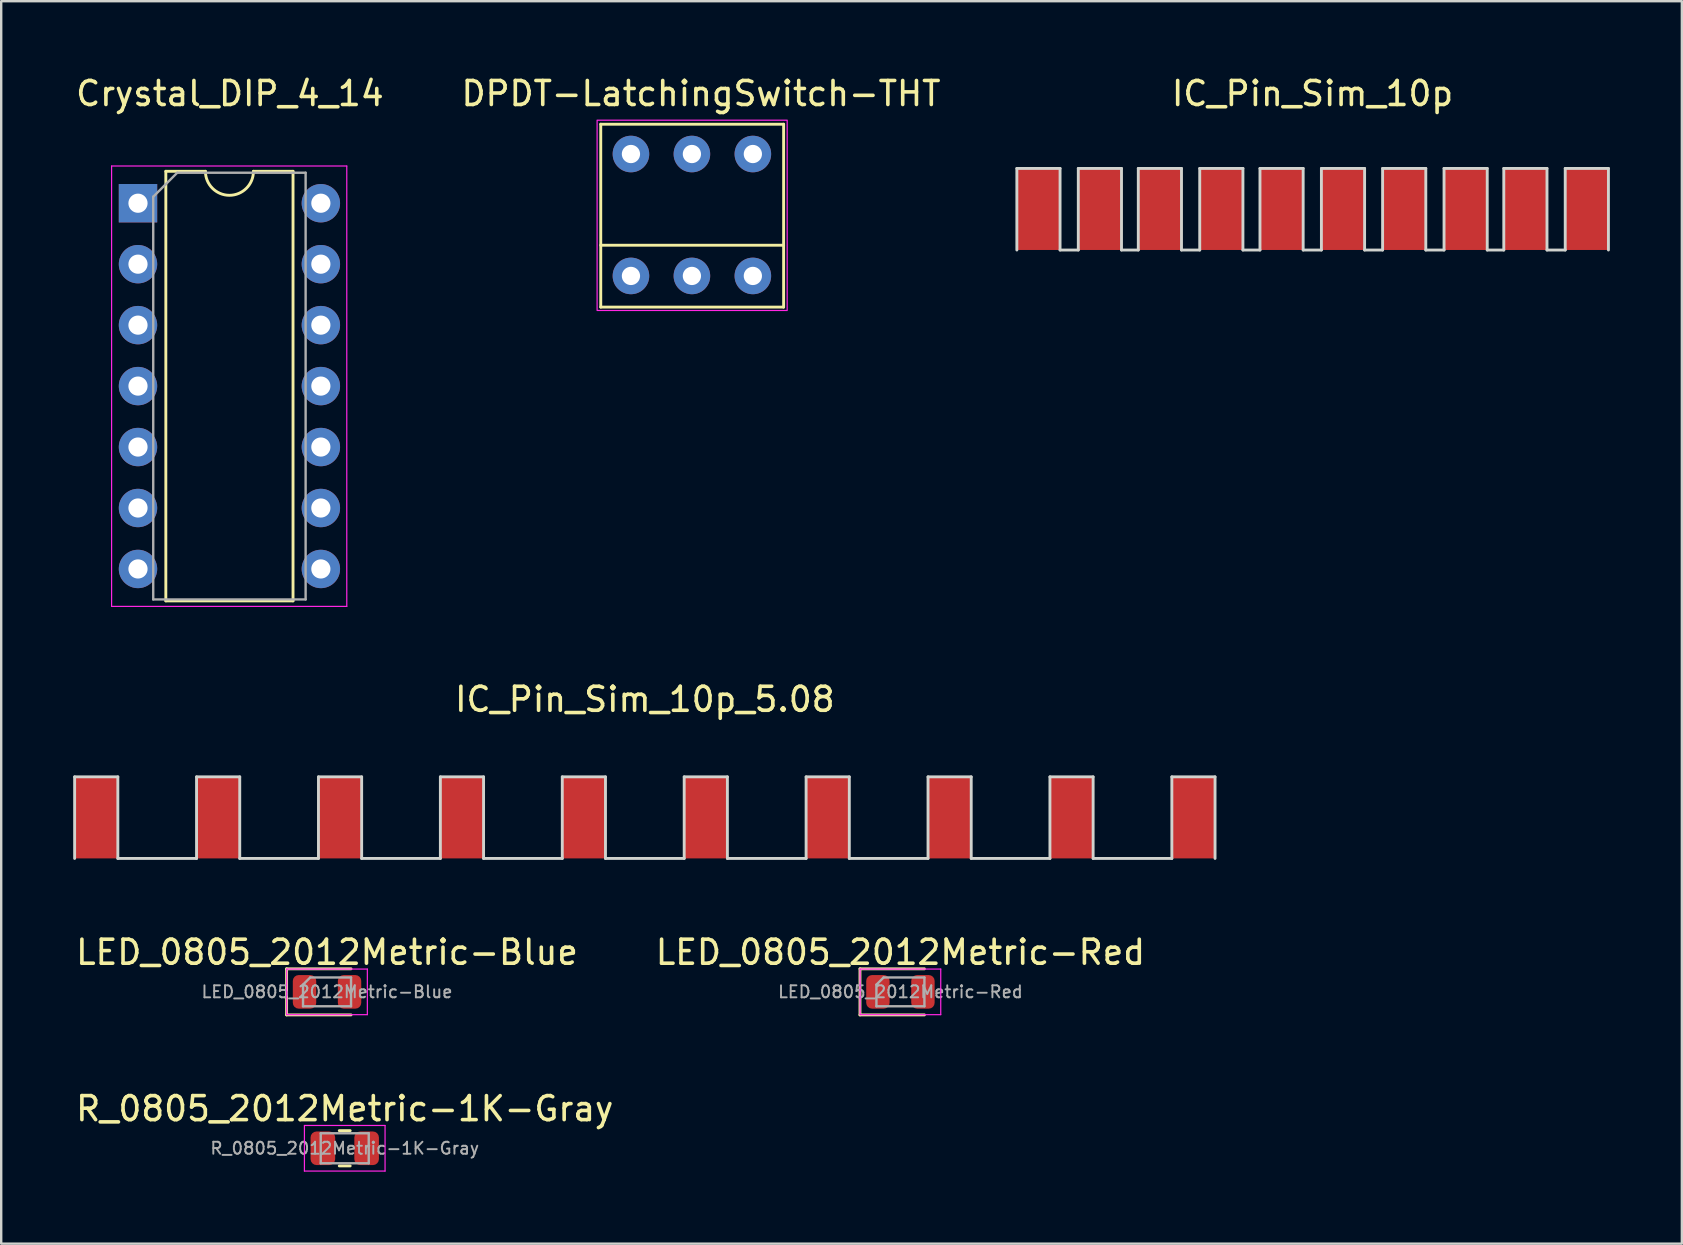
<source format=kicad_pcb>
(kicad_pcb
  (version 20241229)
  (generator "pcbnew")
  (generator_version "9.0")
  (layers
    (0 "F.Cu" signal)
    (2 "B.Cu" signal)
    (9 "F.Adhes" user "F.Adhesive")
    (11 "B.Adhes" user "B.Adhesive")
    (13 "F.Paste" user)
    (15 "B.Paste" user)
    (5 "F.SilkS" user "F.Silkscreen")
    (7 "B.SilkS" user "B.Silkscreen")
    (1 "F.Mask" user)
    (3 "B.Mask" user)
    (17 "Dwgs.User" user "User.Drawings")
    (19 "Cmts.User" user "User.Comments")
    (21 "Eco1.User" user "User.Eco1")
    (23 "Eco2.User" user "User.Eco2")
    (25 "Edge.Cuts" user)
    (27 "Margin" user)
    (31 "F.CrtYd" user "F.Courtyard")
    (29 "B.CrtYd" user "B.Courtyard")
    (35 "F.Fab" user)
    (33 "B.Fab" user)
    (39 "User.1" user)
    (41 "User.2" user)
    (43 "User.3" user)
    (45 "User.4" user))
  (footprint "LED_0805_2012Metric-Blue"
    (layer "F.Cu")
    (at 10.577 38.28)
    (property "Reference" "LED_0805_2012Metric-Blue" (at 0 -1.65 0) (layer "F.SilkS") (effects (font (size 1 1) (thickness 0.15))))
    (attr smd)
    (fp_line (start -1.685 -0.96) (end -1.685 0.96) (stroke (width 0.12) (type solid)) (layer "F.SilkS"))
    (fp_line (start -1.685 0.96) (end 1 0.96) (stroke (width 0.12) (type solid)) (layer "F.SilkS"))
    (fp_line (start 1 -0.96) (end -1.685 -0.96) (stroke (width 0.12) (type solid)) (layer "F.SilkS"))
    (fp_line (start -1.68 -0.95) (end 1.68 -0.95) (stroke (width 0.05) (type solid)) (layer "F.CrtYd"))
    (fp_line (start -1.68 0.95) (end -1.68 -0.95) (stroke (width 0.05) (type solid)) (layer "F.CrtYd"))
    (fp_line (start 1.68 -0.95) (end 1.68 0.95) (stroke (width 0.05) (type solid)) (layer "F.CrtYd"))
    (fp_line (start 1.68 0.95) (end -1.68 0.95) (stroke (width 0.05) (type solid)) (layer "F.CrtYd"))
    (fp_line (start -1 -0.3) (end -1 0.6) (stroke (width 0.1) (type solid)) (layer "F.Fab"))
    (fp_line (start -1 0.6) (end 1 0.6) (stroke (width 0.1) (type solid)) (layer "F.Fab"))
    (fp_line (start -0.7 -0.6) (end -1 -0.3) (stroke (width 0.1) (type solid)) (layer "F.Fab"))
    (fp_line (start 1 -0.6) (end -0.7 -0.6) (stroke (width 0.1) (type solid)) (layer "F.Fab"))
    (fp_line (start 1 0.6) (end 1 -0.6) (stroke (width 0.1) (type solid)) (layer "F.Fab"))
    (fp_text user "${REFERENCE}" (at 0 0 0) (layer "F.Fab") (effects (font (size 0.5 0.5) (thickness 0.08))))
    (pad "1" smd roundrect (at -0.938 0) (size 0.975 1.4) (layers "F.Cu" "F.Mask" "F.Paste") (roundrect_rratio 0.25))
    (pad "2" smd roundrect (at 0.938 0) (size 0.975 1.4) (layers "F.Cu" "F.Mask" "F.Paste") (roundrect_rratio 0.25)))
  (footprint "LED_0805_2012Metric-Red"
    (layer "F.Cu")
    (at 34.47 38.28)
    (property "Reference" "LED_0805_2012Metric-Red" (at 0 -1.65 0) (layer "F.SilkS") (effects (font (size 1 1) (thickness 0.15))))
    (attr smd)
    (fp_line (start -1.685 -0.96) (end -1.685 0.96) (stroke (width 0.12) (type solid)) (layer "F.SilkS"))
    (fp_line (start -1.685 0.96) (end 1 0.96) (stroke (width 0.12) (type solid)) (layer "F.SilkS"))
    (fp_line (start 1 -0.96) (end -1.685 -0.96) (stroke (width 0.12) (type solid)) (layer "F.SilkS"))
    (fp_line (start -1.68 -0.95) (end 1.68 -0.95) (stroke (width 0.05) (type solid)) (layer "F.CrtYd"))
    (fp_line (start -1.68 0.95) (end -1.68 -0.95) (stroke (width 0.05) (type solid)) (layer "F.CrtYd"))
    (fp_line (start 1.68 -0.95) (end 1.68 0.95) (stroke (width 0.05) (type solid)) (layer "F.CrtYd"))
    (fp_line (start 1.68 0.95) (end -1.68 0.95) (stroke (width 0.05) (type solid)) (layer "F.CrtYd"))
    (fp_line (start -1 -0.3) (end -1 0.6) (stroke (width 0.1) (type solid)) (layer "F.Fab"))
    (fp_line (start -1 0.6) (end 1 0.6) (stroke (width 0.1) (type solid)) (layer "F.Fab"))
    (fp_line (start -0.7 -0.6) (end -1 -0.3) (stroke (width 0.1) (type solid)) (layer "F.Fab"))
    (fp_line (start 1 -0.6) (end -0.7 -0.6) (stroke (width 0.1) (type solid)) (layer "F.Fab"))
    (fp_line (start 1 0.6) (end 1 -0.6) (stroke (width 0.1) (type solid)) (layer "F.Fab"))
    (fp_text user "${REFERENCE}" (at 0 0 0) (layer "F.Fab") (effects (font (size 0.5 0.5) (thickness 0.08))))
    (pad "1" smd roundrect (at -0.938 0) (size 0.975 1.4) (layers "F.Cu" "F.Mask" "F.Paste") (roundrect_rratio 0.25))
    (pad "2" smd roundrect (at 0.938 0) (size 0.975 1.4) (layers "F.Cu" "F.Mask" "F.Paste") (roundrect_rratio 0.25)))
  (footprint "R_0805_2012Metric-1K-Gray"
    (layer "F.Cu")
    (at 11.315 44.798)
    (property "Reference" "R_0805_2012Metric-1K-Gray" (at 0 -1.65 0) (layer "F.SilkS") (effects (font (size 1 1) (thickness 0.15))))
    (attr smd)
    (fp_line (start -0.227 -0.735) (end 0.227 -0.735) (stroke (width 0.12) (type solid)) (layer "F.SilkS"))
    (fp_line (start -0.227 0.735) (end 0.227 0.735) (stroke (width 0.12) (type solid)) (layer "F.SilkS"))
    (fp_line (start -1.68 -0.95) (end 1.68 -0.95) (stroke (width 0.05) (type solid)) (layer "F.CrtYd"))
    (fp_line (start -1.68 0.95) (end -1.68 -0.95) (stroke (width 0.05) (type solid)) (layer "F.CrtYd"))
    (fp_line (start 1.68 -0.95) (end 1.68 0.95) (stroke (width 0.05) (type solid)) (layer "F.CrtYd"))
    (fp_line (start 1.68 0.95) (end -1.68 0.95) (stroke (width 0.05) (type solid)) (layer "F.CrtYd"))
    (fp_line (start -1 -0.625) (end 1 -0.625) (stroke (width 0.1) (type solid)) (layer "F.Fab"))
    (fp_line (start -1 0.625) (end -1 -0.625) (stroke (width 0.1) (type solid)) (layer "F.Fab"))
    (fp_line (start 1 -0.625) (end 1 0.625) (stroke (width 0.1) (type solid)) (layer "F.Fab"))
    (fp_line (start 1 0.625) (end -1 0.625) (stroke (width 0.1) (type solid)) (layer "F.Fab"))
    (fp_text user "${REFERENCE}" (at 0 0 0) (layer "F.Fab") (effects (font (size 0.5 0.5) (thickness 0.08))))
    (pad "1" smd roundrect (at -0.912 0) (size 1.025 1.4) (layers "F.Cu" "F.Mask" "F.Paste") (roundrect_rratio 0.244))
    (pad "2" smd roundrect (at 0.912 0) (size 1.025 1.4) (layers "F.Cu" "F.Mask" "F.Paste") (roundrect_rratio 0.244)))
  (footprint "IC_Pin_Sim_10p_5.08"
    (layer "F.Cu")
    (at 23.82 26.591)
    (property "Reference" "IC_Pin_Sim_10p_5.08" (at 0 -0.5 0) (unlocked yes) (layer "F.SilkS") (effects (font (size 1 1) (thickness 0.15))))
    (attr smd)
    (fp_line (start -23.76 2.73) (end -23.76 6.13) (stroke (width 0.12) (type solid)) (layer "Edge.Cuts"))
    (fp_line (start -21.96 2.73) (end -23.76 2.73) (stroke (width 0.12) (type solid)) (layer "Edge.Cuts"))
    (fp_line (start -21.96 6.13) (end -21.96 2.73) (stroke (width 0.12) (type solid)) (layer "Edge.Cuts"))
    (fp_line (start -21.96 6.13) (end -18.68 6.13) (stroke (width 0.12) (type solid)) (layer "Edge.Cuts"))
    (fp_line (start -18.68 2.73) (end -18.68 6.13) (stroke (width 0.12) (type solid)) (layer "Edge.Cuts"))
    (fp_line (start -16.88 2.73) (end -18.68 2.73) (stroke (width 0.12) (type solid)) (layer "Edge.Cuts"))
    (fp_line (start -16.88 6.13) (end -16.88 2.73) (stroke (width 0.12) (type solid)) (layer "Edge.Cuts"))
    (fp_line (start -16.88 6.13) (end -13.6 6.13) (stroke (width 0.12) (type solid)) (layer "Edge.Cuts"))
    (fp_line (start -13.6 2.73) (end -13.6 6.13) (stroke (width 0.12) (type solid)) (layer "Edge.Cuts"))
    (fp_line (start -11.8 2.73) (end -13.6 2.73) (stroke (width 0.12) (type solid)) (layer "Edge.Cuts"))
    (fp_line (start -11.8 6.13) (end -11.8 2.73) (stroke (width 0.12) (type solid)) (layer "Edge.Cuts"))
    (fp_line (start -11.8 6.13) (end -8.52 6.13) (stroke (width 0.12) (type solid)) (layer "Edge.Cuts"))
    (fp_line (start -8.52 2.73) (end -8.52 6.13) (stroke (width 0.12) (type solid)) (layer "Edge.Cuts"))
    (fp_line (start -6.72 2.73) (end -8.52 2.73) (stroke (width 0.12) (type solid)) (layer "Edge.Cuts"))
    (fp_line (start -6.72 6.13) (end -6.72 2.73) (stroke (width 0.12) (type solid)) (layer "Edge.Cuts"))
    (fp_line (start -6.72 6.13) (end -3.44 6.13) (stroke (width 0.12) (type solid)) (layer "Edge.Cuts"))
    (fp_line (start -3.44 2.73) (end -3.44 6.13) (stroke (width 0.12) (type solid)) (layer "Edge.Cuts"))
    (fp_line (start -1.64 2.73) (end -3.44 2.73) (stroke (width 0.12) (type solid)) (layer "Edge.Cuts"))
    (fp_line (start -1.64 6.13) (end -1.64 2.73) (stroke (width 0.12) (type solid)) (layer "Edge.Cuts"))
    (fp_line (start -1.64 6.13) (end 1.64 6.13) (stroke (width 0.12) (type solid)) (layer "Edge.Cuts"))
    (fp_line (start 1.64 2.73) (end 1.64 6.13) (stroke (width 0.12) (type solid)) (layer "Edge.Cuts"))
    (fp_line (start 3.44 2.73) (end 1.64 2.73) (stroke (width 0.12) (type solid)) (layer "Edge.Cuts"))
    (fp_line (start 3.44 6.13) (end 3.44 2.73) (stroke (width 0.12) (type solid)) (layer "Edge.Cuts"))
    (fp_line (start 3.44 6.13) (end 6.72 6.13) (stroke (width 0.12) (type solid)) (layer "Edge.Cuts"))
    (fp_line (start 6.72 2.73) (end 6.72 6.13) (stroke (width 0.12) (type solid)) (layer "Edge.Cuts"))
    (fp_line (start 8.52 2.73) (end 6.72 2.73) (stroke (width 0.12) (type solid)) (layer "Edge.Cuts"))
    (fp_line (start 8.52 6.13) (end 8.52 2.73) (stroke (width 0.12) (type solid)) (layer "Edge.Cuts"))
    (fp_line (start 8.52 6.13) (end 11.8 6.13) (stroke (width 0.12) (type solid)) (layer "Edge.Cuts"))
    (fp_line (start 11.8 2.73) (end 11.8 6.13) (stroke (width 0.12) (type solid)) (layer "Edge.Cuts"))
    (fp_line (start 13.6 2.73) (end 11.8 2.73) (stroke (width 0.12) (type solid)) (layer "Edge.Cuts"))
    (fp_line (start 13.6 6.13) (end 13.6 2.73) (stroke (width 0.12) (type solid)) (layer "Edge.Cuts"))
    (fp_line (start 13.6 6.13) (end 16.88 6.13) (stroke (width 0.12) (type solid)) (layer "Edge.Cuts"))
    (fp_line (start 16.88 2.73) (end 16.88 6.13) (stroke (width 0.12) (type solid)) (layer "Edge.Cuts"))
    (fp_line (start 18.68 2.73) (end 16.88 2.73) (stroke (width 0.12) (type solid)) (layer "Edge.Cuts"))
    (fp_line (start 18.68 6.13) (end 18.68 2.73) (stroke (width 0.12) (type solid)) (layer "Edge.Cuts"))
    (fp_line (start 18.68 6.13) (end 21.96 6.13) (stroke (width 0.12) (type solid)) (layer "Edge.Cuts"))
    (fp_line (start 21.96 2.73) (end 21.96 6.13) (stroke (width 0.12) (type solid)) (layer "Edge.Cuts"))
    (fp_line (start 23.76 2.73) (end 21.96 2.73) (stroke (width 0.12) (type solid)) (layer "Edge.Cuts"))
    (fp_line (start 23.76 6.13) (end 23.76 2.73) (stroke (width 0.12) (type solid)) (layer "Edge.Cuts"))
    (pad "1" smd rect (at -22.87 4.428 90) (size 3.4 1.8) (layers "F.Cu" "F.Mask" "F.Paste"))
    (pad "2" smd rect (at -17.79 4.428 90) (size 3.4 1.8) (layers "F.Cu" "F.Mask" "F.Paste"))
    (pad "3" smd rect (at -12.71 4.428 90) (size 3.4 1.8) (layers "F.Cu" "F.Mask" "F.Paste"))
    (pad "4" smd rect (at -7.63 4.428 90) (size 3.4 1.8) (layers "F.Cu" "F.Mask" "F.Paste"))
    (pad "5" smd rect (at -2.55 4.428 90) (size 3.4 1.8) (layers "F.Cu" "F.Mask" "F.Paste"))
    (pad "6" smd rect (at 2.53 4.428 90) (size 3.4 1.8) (layers "F.Cu" "F.Mask" "F.Paste"))
    (pad "7" smd rect (at 7.61 4.428 90) (size 3.4 1.8) (layers "F.Cu" "F.Mask" "F.Paste"))
    (pad "8" smd rect (at 12.69 4.428 90) (size 3.4 1.8) (layers "F.Cu" "F.Mask" "F.Paste"))
    (pad "9" smd rect (at 17.77 4.428 90) (size 3.4 1.8) (layers "F.Cu" "F.Mask" "F.Paste"))
    (pad "10" smd rect (at 22.85 4.428 90) (size 3.4 1.8) (layers "F.Cu" "F.Mask" "F.Paste")))
  (footprint "Crystal_DIP_4_14"
    (layer "F.Cu")
    (at 6.53 1.348)
    (property "Reference" "Crystal_DIP_4_14" (at 0 -0.5 0) (unlocked yes) (layer "F.SilkS") (effects (font (size 1 1) (thickness 0.15))))
    (attr smd)
    (fp_line (start -2.67 2.74) (end -2.67 20.64) (stroke (width 0.12) (type solid)) (layer "F.SilkS"))
    (fp_line (start -2.67 20.64) (end 2.63 20.64) (stroke (width 0.12) (type solid)) (layer "F.SilkS"))
    (fp_line (start -1.02 2.74) (end -2.67 2.74) (stroke (width 0.12) (type solid)) (layer "F.SilkS"))
    (fp_line (start 2.63 2.74) (end 0.98 2.74) (stroke (width 0.12) (type solid)) (layer "F.SilkS"))
    (fp_line (start 2.63 20.64) (end 2.63 2.74) (stroke (width 0.12) (type solid)) (layer "F.SilkS"))
    (fp_arc (start 0.98 2.74) (mid -0.02 3.74) (end -1.02 2.74) (stroke (width 0.12) (type solid)) (layer "F.SilkS"))
    (fp_line (start -4.93 2.52) (end -4.93 20.87) (stroke (width 0.05) (type solid)) (layer "F.CrtYd"))
    (fp_line (start -4.93 20.87) (end 4.87 20.87) (stroke (width 0.05) (type solid)) (layer "F.CrtYd"))
    (fp_line (start 4.87 2.52) (end -4.93 2.52) (stroke (width 0.05) (type solid)) (layer "F.CrtYd"))
    (fp_line (start 4.87 20.87) (end 4.87 2.52) (stroke (width 0.05) (type solid)) (layer "F.CrtYd"))
    (fp_line (start -3.195 3.8) (end -2.195 2.8) (stroke (width 0.1) (type solid)) (layer "F.Fab"))
    (fp_line (start -3.195 20.58) (end -3.195 3.8) (stroke (width 0.1) (type solid)) (layer "F.Fab"))
    (fp_line (start -2.195 2.8) (end 3.155 2.8) (stroke (width 0.1) (type solid)) (layer "F.Fab"))
    (fp_line (start 3.155 2.8) (end 3.155 20.58) (stroke (width 0.1) (type solid)) (layer "F.Fab"))
    (fp_line (start 3.155 20.58) (end -3.195 20.58) (stroke (width 0.1) (type solid)) (layer "F.Fab"))
    (pad "" thru_hole oval (at -3.83 6.61) (size 1.6 1.6) (drill 0.8) (layers "*.Cu" "*.Mask"))
    (pad "" thru_hole oval (at -3.83 9.15) (size 1.6 1.6) (drill 0.8) (layers "*.Cu" "*.Mask"))
    (pad "" thru_hole oval (at -3.83 11.69) (size 1.6 1.6) (drill 0.8) (layers "*.Cu" "*.Mask"))
    (pad "" thru_hole oval (at -3.83 14.23) (size 1.6 1.6) (drill 0.8) (layers "*.Cu" "*.Mask"))
    (pad "" thru_hole oval (at -3.83 16.77) (size 1.6 1.6) (drill 0.8) (layers "*.Cu" "*.Mask"))
    (pad "" thru_hole oval (at 3.79 6.61) (size 1.6 1.6) (drill 0.8) (layers "*.Cu" "*.Mask"))
    (pad "" thru_hole oval (at 3.79 9.15) (size 1.6 1.6) (drill 0.8) (layers "*.Cu" "*.Mask"))
    (pad "" thru_hole oval (at 3.79 11.69) (size 1.6 1.6) (drill 0.8) (layers "*.Cu" "*.Mask"))
    (pad "" thru_hole oval (at 3.79 14.23) (size 1.6 1.6) (drill 0.8) (layers "*.Cu" "*.Mask"))
    (pad "" thru_hole oval (at 3.79 16.77) (size 1.6 1.6) (drill 0.8) (layers "*.Cu" "*.Mask"))
    (pad "1" thru_hole rect (at -3.83 4.07) (size 1.6 1.6) (drill 0.8) (layers "*.Cu" "*.Mask"))
    (pad "2" thru_hole oval (at -3.83 19.31) (size 1.6 1.6) (drill 0.8) (layers "*.Cu" "*.Mask"))
    (pad "3" thru_hole oval (at 3.79 19.31) (size 1.6 1.6) (drill 0.8) (layers "*.Cu" "*.Mask"))
    (pad "4" thru_hole oval (at 3.79 4.07) (size 1.6 1.6) (drill 0.8) (layers "*.Cu" "*.Mask")))
  (footprint "IC_Pin_Sim_10p"
    (layer "F.Cu")
    (at 51.642 1.348)
    (property "Reference" "IC_Pin_Sim_10p" (at 0 -0.5 0) (unlocked yes) (layer "F.SilkS") (effects (font (size 1 1) (thickness 0.15))))
    (attr smd)
    (fp_line (start -12.32 2.62) (end -12.32 6.02) (stroke (width 0.12) (type solid)) (layer "Edge.Cuts"))
    (fp_line (start -10.52 2.62) (end -12.32 2.62) (stroke (width 0.12) (type solid)) (layer "Edge.Cuts"))
    (fp_line (start -10.52 6.02) (end -10.52 2.62) (stroke (width 0.12) (type solid)) (layer "Edge.Cuts"))
    (fp_line (start -10.52 6.02) (end -9.76 6.02) (stroke (width 0.12) (type solid)) (layer "Edge.Cuts"))
    (fp_line (start -9.76 2.62) (end -9.76 6.02) (stroke (width 0.12) (type solid)) (layer "Edge.Cuts"))
    (fp_line (start -7.96 2.62) (end -9.76 2.62) (stroke (width 0.12) (type solid)) (layer "Edge.Cuts"))
    (fp_line (start -7.96 6.02) (end -7.96 2.62) (stroke (width 0.12) (type solid)) (layer "Edge.Cuts"))
    (fp_line (start -7.96 6.02) (end -7.26 6.02) (stroke (width 0.12) (type solid)) (layer "Edge.Cuts"))
    (fp_line (start -7.26 2.62) (end -7.26 6.02) (stroke (width 0.12) (type solid)) (layer "Edge.Cuts"))
    (fp_line (start -5.46 2.62) (end -7.26 2.62) (stroke (width 0.12) (type solid)) (layer "Edge.Cuts"))
    (fp_line (start -5.46 6.02) (end -5.46 2.62) (stroke (width 0.12) (type solid)) (layer "Edge.Cuts"))
    (fp_line (start -5.46 6.02) (end -4.7 6.02) (stroke (width 0.12) (type solid)) (layer "Edge.Cuts"))
    (fp_line (start -4.7 2.62) (end -4.7 6.02) (stroke (width 0.12) (type solid)) (layer "Edge.Cuts"))
    (fp_line (start -2.9 2.62) (end -4.7 2.62) (stroke (width 0.12) (type solid)) (layer "Edge.Cuts"))
    (fp_line (start -2.9 6.02) (end -2.9 2.62) (stroke (width 0.12) (type solid)) (layer "Edge.Cuts"))
    (fp_line (start -2.9 6.02) (end -2.19 6.02) (stroke (width 0.12) (type solid)) (layer "Edge.Cuts"))
    (fp_line (start -2.19 2.62) (end -2.19 6.02) (stroke (width 0.12) (type solid)) (layer "Edge.Cuts"))
    (fp_line (start -0.39 2.62) (end -2.19 2.62) (stroke (width 0.12) (type solid)) (layer "Edge.Cuts"))
    (fp_line (start -0.39 6.02) (end -0.39 2.62) (stroke (width 0.12) (type solid)) (layer "Edge.Cuts"))
    (fp_line (start -0.39 6.02) (end 0.37 6.02) (stroke (width 0.12) (type solid)) (layer "Edge.Cuts"))
    (fp_line (start 0.37 2.62) (end 0.37 6.02) (stroke (width 0.12) (type solid)) (layer "Edge.Cuts"))
    (fp_line (start 2.17 2.62) (end 0.37 2.62) (stroke (width 0.12) (type solid)) (layer "Edge.Cuts"))
    (fp_line (start 2.17 6.02) (end 2.17 2.62) (stroke (width 0.12) (type solid)) (layer "Edge.Cuts"))
    (fp_line (start 2.17 6.02) (end 2.92 6.02) (stroke (width 0.12) (type solid)) (layer "Edge.Cuts"))
    (fp_line (start 2.92 2.62) (end 2.92 6.02) (stroke (width 0.12) (type solid)) (layer "Edge.Cuts"))
    (fp_line (start 4.72 2.62) (end 2.92 2.62) (stroke (width 0.12) (type solid)) (layer "Edge.Cuts"))
    (fp_line (start 4.72 6.02) (end 4.72 2.62) (stroke (width 0.12) (type solid)) (layer "Edge.Cuts"))
    (fp_line (start 4.72 6.02) (end 5.48 6.02) (stroke (width 0.12) (type solid)) (layer "Edge.Cuts"))
    (fp_line (start 5.48 2.62) (end 5.48 6.02) (stroke (width 0.12) (type solid)) (layer "Edge.Cuts"))
    (fp_line (start 7.28 2.62) (end 5.48 2.62) (stroke (width 0.12) (type solid)) (layer "Edge.Cuts"))
    (fp_line (start 7.28 6.02) (end 7.28 2.62) (stroke (width 0.12) (type solid)) (layer "Edge.Cuts"))
    (fp_line (start 7.28 6.02) (end 7.97 6.02) (stroke (width 0.12) (type solid)) (layer "Edge.Cuts"))
    (fp_line (start 7.97 2.62) (end 7.97 6.02) (stroke (width 0.12) (type solid)) (layer "Edge.Cuts"))
    (fp_line (start 9.77 2.62) (end 7.97 2.62) (stroke (width 0.12) (type solid)) (layer "Edge.Cuts"))
    (fp_line (start 9.77 6.02) (end 9.77 2.62) (stroke (width 0.12) (type solid)) (layer "Edge.Cuts"))
    (fp_line (start 9.77 6.02) (end 10.53 6.02) (stroke (width 0.12) (type solid)) (layer "Edge.Cuts"))
    (fp_line (start 10.53 2.62) (end 10.53 6.02) (stroke (width 0.12) (type solid)) (layer "Edge.Cuts"))
    (fp_line (start 12.33 2.62) (end 10.53 2.62) (stroke (width 0.12) (type solid)) (layer "Edge.Cuts"))
    (fp_line (start 12.33 6.02) (end 12.33 2.62) (stroke (width 0.12) (type solid)) (layer "Edge.Cuts"))
    (pad "1" smd rect (at -11.43 4.318 90) (size 3.4 1.8) (layers "F.Cu" "F.Mask" "F.Paste"))
    (pad "2" smd rect (at -8.89 4.318 90) (size 3.4 1.8) (layers "F.Cu" "F.Mask" "F.Paste"))
    (pad "3" smd rect (at -6.35 4.318 90) (size 3.4 1.8) (layers "F.Cu" "F.Mask" "F.Paste"))
    (pad "4" smd rect (at -3.81 4.318 90) (size 3.4 1.8) (layers "F.Cu" "F.Mask" "F.Paste"))
    (pad "5" smd rect (at -1.27 4.318 90) (size 3.4 1.8) (layers "F.Cu" "F.Mask" "F.Paste"))
    (pad "6" smd rect (at 1.27 4.318 90) (size 3.4 1.8) (layers "F.Cu" "F.Mask" "F.Paste"))
    (pad "7" smd rect (at 3.81 4.318 90) (size 3.4 1.8) (layers "F.Cu" "F.Mask" "F.Paste"))
    (pad "8" smd rect (at 6.35 4.318 90) (size 3.4 1.8) (layers "F.Cu" "F.Mask" "F.Paste"))
    (pad "9" smd rect (at 8.89 4.318 90) (size 3.4 1.8) (layers "F.Cu" "F.Mask" "F.Paste"))
    (pad "10" smd rect (at 11.43 4.318 90) (size 3.4 1.8) (layers "F.Cu" "F.Mask" "F.Paste")))
  (footprint "DPDT-LatchingSwitch-THT"
    (layer "F.Cu")
    (at 26.161 0.348)
    (property "Reference" "DPDT-LatchingSwitch-THT" (at 0 0.5 0) (layer "F.SilkS") (effects (font (size 1 1) (thickness 0.15))))
    (attr through_hole)
    (fp_line (start -4.178 1.778) (end -4.178 9.398) (stroke (width 0.12) (type solid)) (layer "F.SilkS"))
    (fp_line (start -4.178 1.778) (end 3.442 1.778) (stroke (width 0.12) (type solid)) (layer "F.SilkS"))
    (fp_line (start 3.442 6.82) (end -4.178 6.82) (stroke (width 0.12) (type solid)) (layer "F.SilkS"))
    (fp_line (start 3.442 9.398) (end -4.178 9.398) (stroke (width 0.12) (type solid)) (layer "F.SilkS"))
    (fp_line (start 3.442 9.398) (end 3.442 1.778) (stroke (width 0.12) (type solid)) (layer "F.SilkS"))
    (fp_rect (start -4.33 1.61) (end 3.59 9.54) (stroke (width 0.05) (type solid)) (fill no) (layer "F.CrtYd"))
    (pad "1" thru_hole circle (at -2.92 8.1) (size 1.524 1.524) (drill 0.762) (layers "*.Cu" "*.Mask"))
    (pad "2" thru_hole circle (at 2.16 8.1) (size 1.524 1.524) (drill 0.762) (layers "*.Cu" "*.Mask"))
    (pad "3" thru_hole circle (at -0.38 8.1) (size 1.524 1.524) (drill 0.762) (layers "*.Cu" "*.Mask"))
    (pad "4" thru_hole circle (at -0.38 3.02) (size 1.524 1.524) (drill 0.762) (layers "*.Cu" "*.Mask"))
    (pad "5" thru_hole circle (at -2.92 3.02) (size 1.524 1.524) (drill 0.762) (layers "*.Cu" "*.Mask"))
    (pad "6" thru_hole circle (at 2.16 3.02) (size 1.524 1.524) (drill 0.762) (layers "*.Cu" "*.Mask")))
  (gr_rect
    (start -3 -3)
    (end 67.032 48.773)
    (stroke (width 0.1) (type default))
    (fill no)
    (layer "Edge.Cuts")))
</source>
